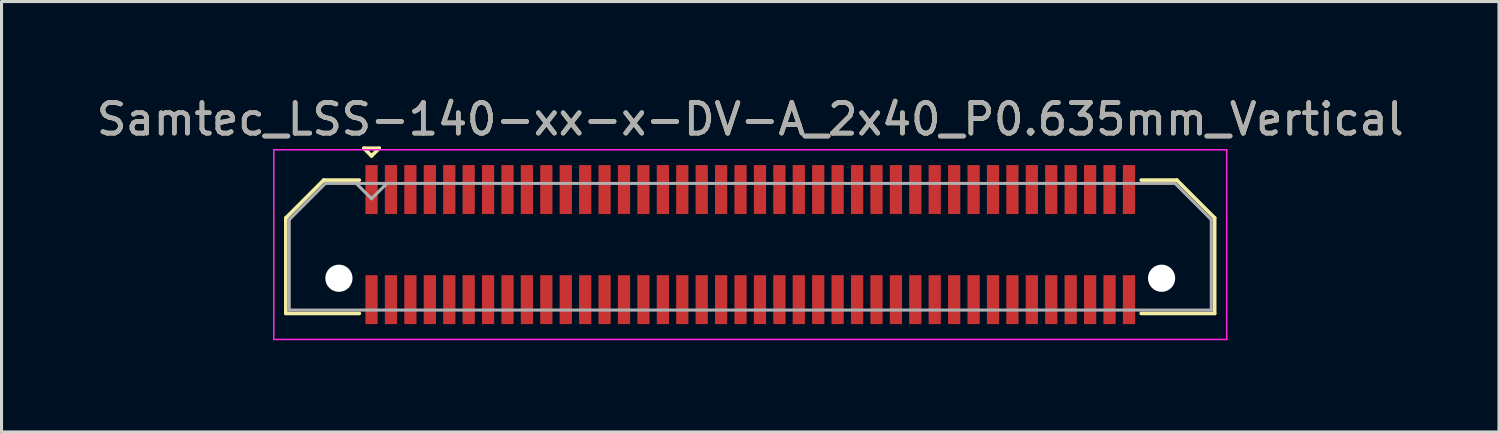
<source format=kicad_pcb>
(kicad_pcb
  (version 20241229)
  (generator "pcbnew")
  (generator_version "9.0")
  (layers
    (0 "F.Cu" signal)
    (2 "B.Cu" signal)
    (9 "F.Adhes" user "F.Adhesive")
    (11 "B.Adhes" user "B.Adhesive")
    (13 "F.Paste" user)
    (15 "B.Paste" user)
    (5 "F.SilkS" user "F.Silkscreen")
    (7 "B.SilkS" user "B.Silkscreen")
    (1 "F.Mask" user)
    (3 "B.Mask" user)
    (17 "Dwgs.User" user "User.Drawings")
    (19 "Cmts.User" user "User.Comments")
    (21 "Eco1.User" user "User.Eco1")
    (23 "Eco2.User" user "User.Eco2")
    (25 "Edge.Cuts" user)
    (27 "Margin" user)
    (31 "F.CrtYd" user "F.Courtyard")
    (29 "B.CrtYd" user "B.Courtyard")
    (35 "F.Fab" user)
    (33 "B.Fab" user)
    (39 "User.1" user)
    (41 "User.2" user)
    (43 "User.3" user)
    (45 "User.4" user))
  (footprint "Samtec_LSS-140-xx-x-DV-A_2x40_P0.635mm_Vertical"
    (layer "F.Cu")
    (at 21.482 4.948)
    (property "Reference" "Samtec_LSS-140-xx-x-DV-A_2x40_P0.635mm_Vertical" (at 0 -4.1 0) (layer "F.SilkS") (effects (font (size 1 1) (thickness 0.15))))
    (attr smd)
    (fp_line (start -15.185 -0.872) (end -15.185 2.25) (stroke (width 0.12) (type solid)) (layer "F.SilkS"))
    (fp_line (start -15.185 2.25) (end -12.783 2.25) (stroke (width 0.12) (type solid)) (layer "F.SilkS"))
    (fp_line (start -13.947 -2.11) (end -15.185 -0.872) (stroke (width 0.12) (type solid)) (layer "F.SilkS"))
    (fp_line (start -12.783 -2.11) (end -13.947 -2.11) (stroke (width 0.12) (type solid)) (layer "F.SilkS"))
    (fp_line (start -12.633 -3.15) (end -12.133 -3.15) (stroke (width 0.12) (type solid)) (layer "F.SilkS"))
    (fp_line (start -12.383 -2.9) (end -12.633 -3.15) (stroke (width 0.12) (type solid)) (layer "F.SilkS"))
    (fp_line (start -12.133 -3.15) (end -12.383 -2.9) (stroke (width 0.12) (type solid)) (layer "F.SilkS"))
    (fp_line (start 12.783 -2.11) (end 13.947 -2.11) (stroke (width 0.12) (type solid)) (layer "F.SilkS"))
    (fp_line (start 13.947 -2.11) (end 15.185 -0.872) (stroke (width 0.12) (type solid)) (layer "F.SilkS"))
    (fp_line (start 15.185 -0.872) (end 15.185 2.25) (stroke (width 0.12) (type solid)) (layer "F.SilkS"))
    (fp_line (start 15.185 2.25) (end 12.783 2.25) (stroke (width 0.12) (type solid)) (layer "F.SilkS"))
    (fp_line (start -15.58 -3.1) (end -15.58 3.1) (stroke (width 0.05) (type solid)) (layer "F.CrtYd"))
    (fp_line (start -15.58 3.1) (end 15.58 3.1) (stroke (width 0.05) (type solid)) (layer "F.CrtYd"))
    (fp_line (start 15.58 -3.1) (end -15.58 -3.1) (stroke (width 0.05) (type solid)) (layer "F.CrtYd"))
    (fp_line (start 15.58 3.1) (end 15.58 -3.1) (stroke (width 0.05) (type solid)) (layer "F.CrtYd"))
    (fp_line (start -15.075 -0.817) (end -15.075 2.14) (stroke (width 0.1) (type solid)) (layer "F.Fab"))
    (fp_line (start -15.075 2.14) (end 15.075 2.14) (stroke (width 0.1) (type solid)) (layer "F.Fab"))
    (fp_line (start -13.892 -2) (end -15.075 -0.817) (stroke (width 0.1) (type solid)) (layer "F.Fab"))
    (fp_line (start -12.383 -1.5) (end -12.883 -2) (stroke (width 0.1) (type solid)) (layer "F.Fab"))
    (fp_line (start -11.883 -2) (end -12.383 -1.5) (stroke (width 0.1) (type solid)) (layer "F.Fab"))
    (fp_line (start 13.892 -2) (end -13.892 -2) (stroke (width 0.1) (type solid)) (layer "F.Fab"))
    (fp_line (start 15.075 -0.817) (end 13.892 -2) (stroke (width 0.1) (type solid)) (layer "F.Fab"))
    (fp_line (start 15.075 2.14) (end 15.075 -0.817) (stroke (width 0.1) (type solid)) (layer "F.Fab"))
    (fp_text user "${REFERENCE}" (at 0 -4.1 0) (layer "F.Fab") (effects (font (size 1 1) (thickness 0.15))))
    (pad "" np_thru_hole circle (at -13.45 1.1) (size 0.89 0.89) (drill 0.89) (layers "*.Cu" "*.Mask"))
    (pad "" np_thru_hole circle (at 13.45 1.1) (size 0.89 0.89) (drill 0.89) (layers "*.Cu" "*.Mask"))
    (pad "1" smd rect (at -12.383 -1.8) (size 0.4 1.6) (layers "F.Cu" "F.Mask" "F.Paste"))
    (pad "2" smd rect (at -12.383 1.8) (size 0.4 1.6) (layers "F.Cu" "F.Mask" "F.Paste"))
    (pad "3" smd rect (at -11.748 -1.8) (size 0.4 1.6) (layers "F.Cu" "F.Mask" "F.Paste"))
    (pad "4" smd rect (at -11.748 1.8) (size 0.4 1.6) (layers "F.Cu" "F.Mask" "F.Paste"))
    (pad "5" smd rect (at -11.113 -1.8) (size 0.4 1.6) (layers "F.Cu" "F.Mask" "F.Paste"))
    (pad "6" smd rect (at -11.113 1.8) (size 0.4 1.6) (layers "F.Cu" "F.Mask" "F.Paste"))
    (pad "7" smd rect (at -10.477 -1.8) (size 0.4 1.6) (layers "F.Cu" "F.Mask" "F.Paste"))
    (pad "8" smd rect (at -10.477 1.8) (size 0.4 1.6) (layers "F.Cu" "F.Mask" "F.Paste"))
    (pad "9" smd rect (at -9.842 -1.8) (size 0.4 1.6) (layers "F.Cu" "F.Mask" "F.Paste"))
    (pad "10" smd rect (at -9.842 1.8) (size 0.4 1.6) (layers "F.Cu" "F.Mask" "F.Paste"))
    (pad "11" smd rect (at -9.207 -1.8) (size 0.4 1.6) (layers "F.Cu" "F.Mask" "F.Paste"))
    (pad "12" smd rect (at -9.207 1.8) (size 0.4 1.6) (layers "F.Cu" "F.Mask" "F.Paste"))
    (pad "13" smd rect (at -8.572 -1.8) (size 0.4 1.6) (layers "F.Cu" "F.Mask" "F.Paste"))
    (pad "14" smd rect (at -8.572 1.8) (size 0.4 1.6) (layers "F.Cu" "F.Mask" "F.Paste"))
    (pad "15" smd rect (at -7.938 -1.8) (size 0.4 1.6) (layers "F.Cu" "F.Mask" "F.Paste"))
    (pad "16" smd rect (at -7.938 1.8) (size 0.4 1.6) (layers "F.Cu" "F.Mask" "F.Paste"))
    (pad "17" smd rect (at -7.303 -1.8) (size 0.4 1.6) (layers "F.Cu" "F.Mask" "F.Paste"))
    (pad "18" smd rect (at -7.303 1.8) (size 0.4 1.6) (layers "F.Cu" "F.Mask" "F.Paste"))
    (pad "19" smd rect (at -6.668 -1.8) (size 0.4 1.6) (layers "F.Cu" "F.Mask" "F.Paste"))
    (pad "20" smd rect (at -6.668 1.8) (size 0.4 1.6) (layers "F.Cu" "F.Mask" "F.Paste"))
    (pad "21" smd rect (at -6.032 -1.8) (size 0.4 1.6) (layers "F.Cu" "F.Mask" "F.Paste"))
    (pad "22" smd rect (at -6.032 1.8) (size 0.4 1.6) (layers "F.Cu" "F.Mask" "F.Paste"))
    (pad "23" smd rect (at -5.397 -1.8) (size 0.4 1.6) (layers "F.Cu" "F.Mask" "F.Paste"))
    (pad "24" smd rect (at -5.397 1.8) (size 0.4 1.6) (layers "F.Cu" "F.Mask" "F.Paste"))
    (pad "25" smd rect (at -4.763 -1.8) (size 0.4 1.6) (layers "F.Cu" "F.Mask" "F.Paste"))
    (pad "26" smd rect (at -4.763 1.8) (size 0.4 1.6) (layers "F.Cu" "F.Mask" "F.Paste"))
    (pad "27" smd rect (at -4.128 -1.8) (size 0.4 1.6) (layers "F.Cu" "F.Mask" "F.Paste"))
    (pad "28" smd rect (at -4.128 1.8) (size 0.4 1.6) (layers "F.Cu" "F.Mask" "F.Paste"))
    (pad "29" smd rect (at -3.493 -1.8) (size 0.4 1.6) (layers "F.Cu" "F.Mask" "F.Paste"))
    (pad "30" smd rect (at -3.493 1.8) (size 0.4 1.6) (layers "F.Cu" "F.Mask" "F.Paste"))
    (pad "31" smd rect (at -2.857 -1.8) (size 0.4 1.6) (layers "F.Cu" "F.Mask" "F.Paste"))
    (pad "32" smd rect (at -2.857 1.8) (size 0.4 1.6) (layers "F.Cu" "F.Mask" "F.Paste"))
    (pad "33" smd rect (at -2.223 -1.8) (size 0.4 1.6) (layers "F.Cu" "F.Mask" "F.Paste"))
    (pad "34" smd rect (at -2.223 1.8) (size 0.4 1.6) (layers "F.Cu" "F.Mask" "F.Paste"))
    (pad "35" smd rect (at -1.587 -1.8) (size 0.4 1.6) (layers "F.Cu" "F.Mask" "F.Paste"))
    (pad "36" smd rect (at -1.587 1.8) (size 0.4 1.6) (layers "F.Cu" "F.Mask" "F.Paste"))
    (pad "37" smd rect (at -0.953 -1.8) (size 0.4 1.6) (layers "F.Cu" "F.Mask" "F.Paste"))
    (pad "38" smd rect (at -0.953 1.8) (size 0.4 1.6) (layers "F.Cu" "F.Mask" "F.Paste"))
    (pad "39" smd rect (at -0.318 -1.8) (size 0.4 1.6) (layers "F.Cu" "F.Mask" "F.Paste"))
    (pad "40" smd rect (at -0.318 1.8) (size 0.4 1.6) (layers "F.Cu" "F.Mask" "F.Paste"))
    (pad "41" smd rect (at 0.318 -1.8) (size 0.4 1.6) (layers "F.Cu" "F.Mask" "F.Paste"))
    (pad "42" smd rect (at 0.318 1.8) (size 0.4 1.6) (layers "F.Cu" "F.Mask" "F.Paste"))
    (pad "43" smd rect (at 0.953 -1.8) (size 0.4 1.6) (layers "F.Cu" "F.Mask" "F.Paste"))
    (pad "44" smd rect (at 0.953 1.8) (size 0.4 1.6) (layers "F.Cu" "F.Mask" "F.Paste"))
    (pad "45" smd rect (at 1.587 -1.8) (size 0.4 1.6) (layers "F.Cu" "F.Mask" "F.Paste"))
    (pad "46" smd rect (at 1.587 1.8) (size 0.4 1.6) (layers "F.Cu" "F.Mask" "F.Paste"))
    (pad "47" smd rect (at 2.223 -1.8) (size 0.4 1.6) (layers "F.Cu" "F.Mask" "F.Paste"))
    (pad "48" smd rect (at 2.223 1.8) (size 0.4 1.6) (layers "F.Cu" "F.Mask" "F.Paste"))
    (pad "49" smd rect (at 2.857 -1.8) (size 0.4 1.6) (layers "F.Cu" "F.Mask" "F.Paste"))
    (pad "50" smd rect (at 2.857 1.8) (size 0.4 1.6) (layers "F.Cu" "F.Mask" "F.Paste"))
    (pad "51" smd rect (at 3.493 -1.8) (size 0.4 1.6) (layers "F.Cu" "F.Mask" "F.Paste"))
    (pad "52" smd rect (at 3.493 1.8) (size 0.4 1.6) (layers "F.Cu" "F.Mask" "F.Paste"))
    (pad "53" smd rect (at 4.128 -1.8) (size 0.4 1.6) (layers "F.Cu" "F.Mask" "F.Paste"))
    (pad "54" smd rect (at 4.128 1.8) (size 0.4 1.6) (layers "F.Cu" "F.Mask" "F.Paste"))
    (pad "55" smd rect (at 4.763 -1.8) (size 0.4 1.6) (layers "F.Cu" "F.Mask" "F.Paste"))
    (pad "56" smd rect (at 4.763 1.8) (size 0.4 1.6) (layers "F.Cu" "F.Mask" "F.Paste"))
    (pad "57" smd rect (at 5.397 -1.8) (size 0.4 1.6) (layers "F.Cu" "F.Mask" "F.Paste"))
    (pad "58" smd rect (at 5.397 1.8) (size 0.4 1.6) (layers "F.Cu" "F.Mask" "F.Paste"))
    (pad "59" smd rect (at 6.032 -1.8) (size 0.4 1.6) (layers "F.Cu" "F.Mask" "F.Paste"))
    (pad "60" smd rect (at 6.032 1.8) (size 0.4 1.6) (layers "F.Cu" "F.Mask" "F.Paste"))
    (pad "61" smd rect (at 6.668 -1.8) (size 0.4 1.6) (layers "F.Cu" "F.Mask" "F.Paste"))
    (pad "62" smd rect (at 6.668 1.8) (size 0.4 1.6) (layers "F.Cu" "F.Mask" "F.Paste"))
    (pad "63" smd rect (at 7.303 -1.8) (size 0.4 1.6) (layers "F.Cu" "F.Mask" "F.Paste"))
    (pad "64" smd rect (at 7.303 1.8) (size 0.4 1.6) (layers "F.Cu" "F.Mask" "F.Paste"))
    (pad "65" smd rect (at 7.938 -1.8) (size 0.4 1.6) (layers "F.Cu" "F.Mask" "F.Paste"))
    (pad "66" smd rect (at 7.938 1.8) (size 0.4 1.6) (layers "F.Cu" "F.Mask" "F.Paste"))
    (pad "67" smd rect (at 8.572 -1.8) (size 0.4 1.6) (layers "F.Cu" "F.Mask" "F.Paste"))
    (pad "68" smd rect (at 8.572 1.8) (size 0.4 1.6) (layers "F.Cu" "F.Mask" "F.Paste"))
    (pad "69" smd rect (at 9.207 -1.8) (size 0.4 1.6) (layers "F.Cu" "F.Mask" "F.Paste"))
    (pad "70" smd rect (at 9.207 1.8) (size 0.4 1.6) (layers "F.Cu" "F.Mask" "F.Paste"))
    (pad "71" smd rect (at 9.842 -1.8) (size 0.4 1.6) (layers "F.Cu" "F.Mask" "F.Paste"))
    (pad "72" smd rect (at 9.842 1.8) (size 0.4 1.6) (layers "F.Cu" "F.Mask" "F.Paste"))
    (pad "73" smd rect (at 10.477 -1.8) (size 0.4 1.6) (layers "F.Cu" "F.Mask" "F.Paste"))
    (pad "74" smd rect (at 10.477 1.8) (size 0.4 1.6) (layers "F.Cu" "F.Mask" "F.Paste"))
    (pad "75" smd rect (at 11.113 -1.8) (size 0.4 1.6) (layers "F.Cu" "F.Mask" "F.Paste"))
    (pad "76" smd rect (at 11.113 1.8) (size 0.4 1.6) (layers "F.Cu" "F.Mask" "F.Paste"))
    (pad "77" smd rect (at 11.748 -1.8) (size 0.4 1.6) (layers "F.Cu" "F.Mask" "F.Paste"))
    (pad "78" smd rect (at 11.748 1.8) (size 0.4 1.6) (layers "F.Cu" "F.Mask" "F.Paste"))
    (pad "79" smd rect (at 12.383 -1.8) (size 0.4 1.6) (layers "F.Cu" "F.Mask" "F.Paste"))
    (pad "80" smd rect (at 12.383 1.8) (size 0.4 1.6) (layers "F.Cu" "F.Mask" "F.Paste")))
  (gr_rect
    (start -3 -3)
    (end 45.964 11.073)
    (stroke (width 0.1) (type default))
    (fill no)
    (layer "Edge.Cuts")))
</source>
